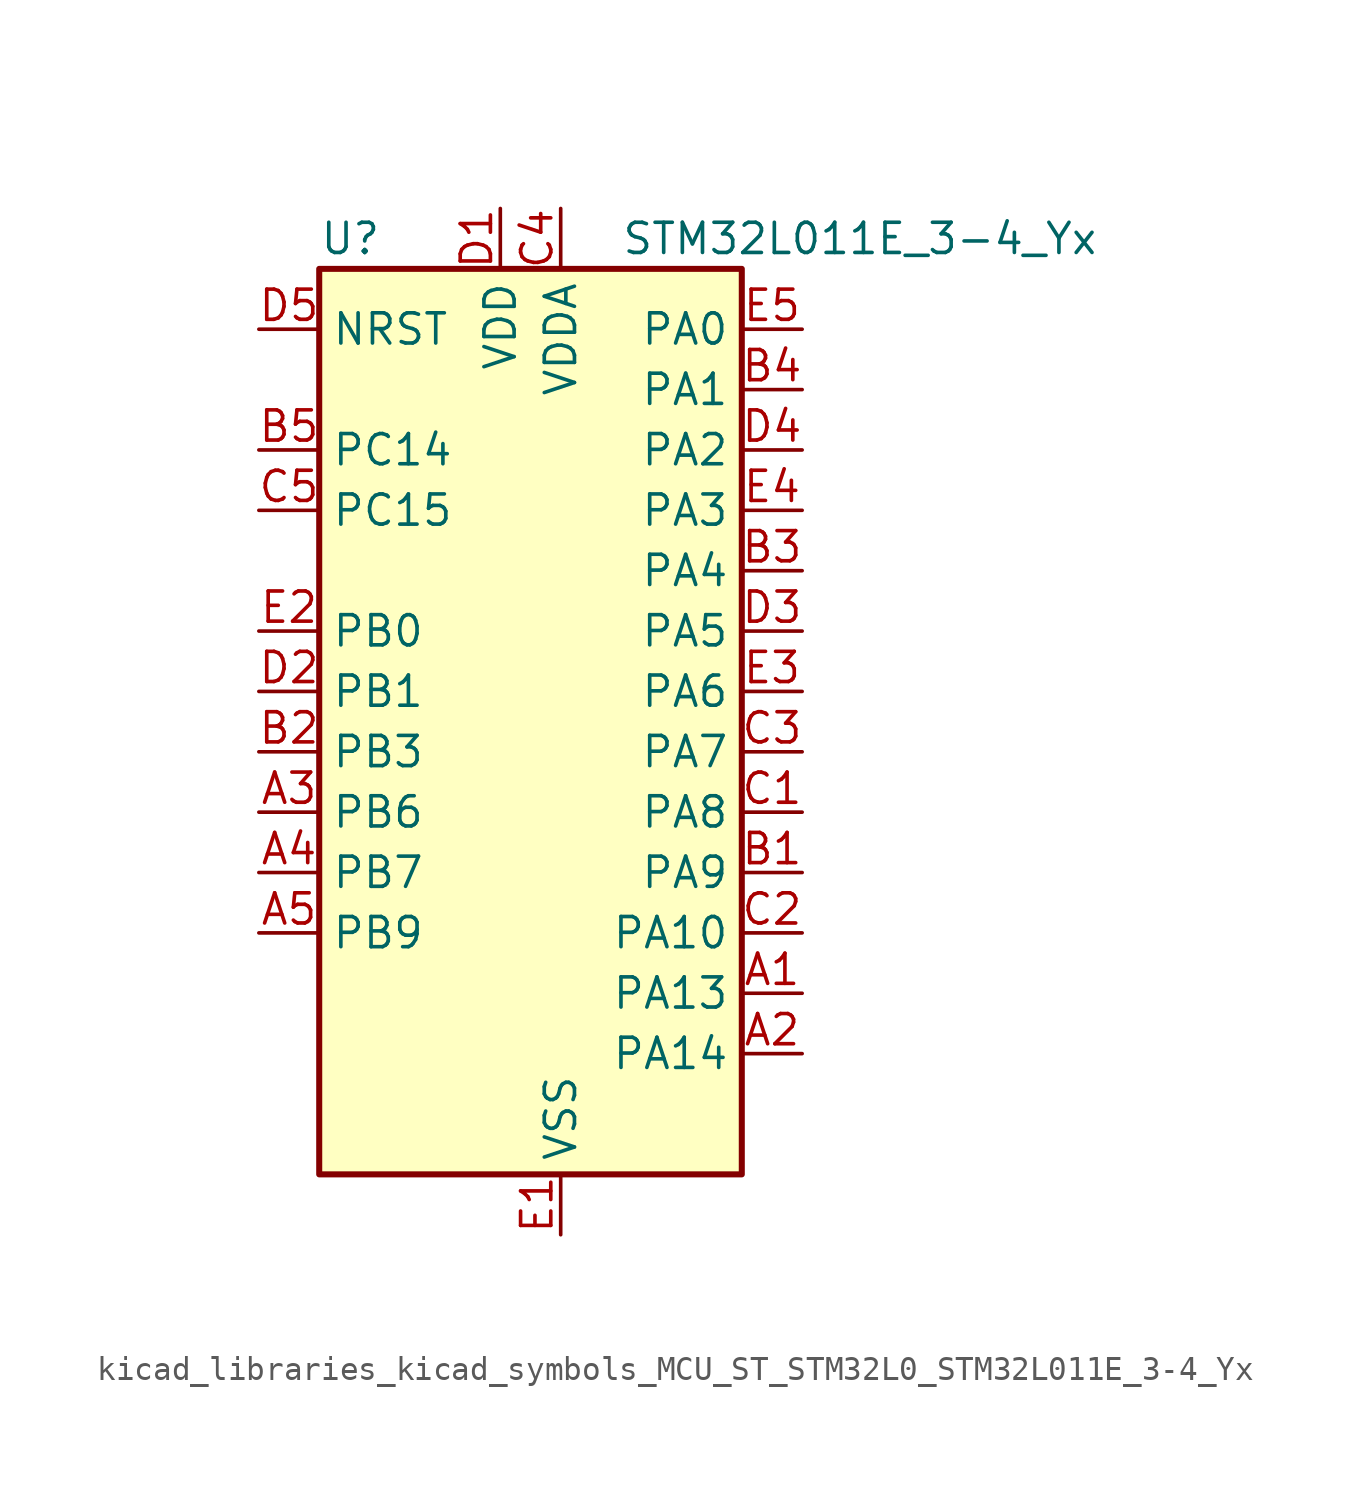
<source format=kicad_sym>
(kicad_symbol_lib
  (version 20220914)
  (generator kicad_symbol_editor)
  (symbol "kicad_libraries_kicad_symbols_MCU_ST_STM32L0_STM32L011E_3-4_Yx"
    (property "Reference" "U"
      (at -7.62 21.59 0)
      (effects (font (size 1.27 1.27)) (justify left)))
    (property "Value" "STM32L011E_3-4_Yx"
      (at 5.08 21.59 0)
      (effects (font (size 1.27 1.27)) (justify left)))
    (property "ki_locked" ""
      (at 0 0 0)
      (effects (font (size 1.27 1.27))))
    (symbol "kicad_libraries_kicad_symbols_MCU_ST_STM32L0_STM32L011E_3-4_Yx_0_1"
      (rectangle (start -7.62 -17.78) (end 10.16 20.32) (stroke (width 0.254) (type default)) (fill (type background))))
    (symbol "kicad_libraries_kicad_symbols_MCU_ST_STM32L0_STM32L011E_3-4_Yx_1_1"
      (pin bidirectional line (at 12.7 -10.16 180) (length 2.54) (name "PA13" (effects (font (size 1.27 1.27)))) (number "A1" (effects (font (size 1.27 1.27)))) (alternate "COMP1_OUT" bidirectional line) (alternate "I2C1_SDA" bidirectional line) (alternate "LPTIM1_ETR" bidirectional line) (alternate "LPUART1_RX" bidirectional line) (alternate "SPI1_SCK" bidirectional line) (alternate "SYS_SWDIO" bidirectional line))
      (pin bidirectional line (at 12.7 -12.7 180) (length 2.54) (name "PA14" (effects (font (size 1.27 1.27)))) (number "A2" (effects (font (size 1.27 1.27)))) (alternate "COMP2_OUT" bidirectional line) (alternate "I2C1_SMBA" bidirectional line) (alternate "LPTIM1_OUT" bidirectional line) (alternate "LPUART1_TX" bidirectional line) (alternate "SPI1_MISO" bidirectional line) (alternate "SYS_SWCLK" bidirectional line) (alternate "USART2_TX" bidirectional line))
      (pin bidirectional line (at -10.16 -2.54 0) (length 2.54) (name "PB6" (effects (font (size 1.27 1.27)))) (number "A3" (effects (font (size 1.27 1.27)))) (alternate "COMP2_INP" bidirectional line) (alternate "I2C1_SCL" bidirectional line) (alternate "LPTIM1_ETR" bidirectional line) (alternate "LPUART1_TX" bidirectional line) (alternate "TIM2_CH3" bidirectional line) (alternate "USART2_TX" bidirectional line))
      (pin bidirectional line (at -10.16 -5.08 0) (length 2.54) (name "PB7" (effects (font (size 1.27 1.27)))) (number "A4" (effects (font (size 1.27 1.27)))) (alternate "COMP2_INP" bidirectional line) (alternate "I2C1_SDA" bidirectional line) (alternate "LPTIM1_IN2" bidirectional line) (alternate "LPUART1_RX" bidirectional line) (alternate "SYS_PVD_IN" bidirectional line) (alternate "TIM2_CH4" bidirectional line) (alternate "USART2_RX" bidirectional line))
      (pin bidirectional line (at -10.16 -7.62 0) (length 2.54) (name "PB9" (effects (font (size 1.27 1.27)))) (number "A5" (effects (font (size 1.27 1.27)))))
      (pin bidirectional line (at 12.7 -5.08 180) (length 2.54) (name "PA9" (effects (font (size 1.27 1.27)))) (number "B1" (effects (font (size 1.27 1.27)))) (alternate "COMP1_OUT" bidirectional line) (alternate "I2C1_SCL" bidirectional line) (alternate "LPTIM1_OUT" bidirectional line) (alternate "RCC_MCO" bidirectional line) (alternate "TIM21_CH2" bidirectional line) (alternate "USART2_TX" bidirectional line))
      (pin bidirectional line (at -10.16 0 0) (length 2.54) (name "PB3" (effects (font (size 1.27 1.27)))) (number "B2" (effects (font (size 1.27 1.27)))) (alternate "COMP2_INM" bidirectional line) (alternate "SPI1_SCK" bidirectional line) (alternate "TIM2_CH2" bidirectional line))
      (pin bidirectional line (at 12.7 7.62 180) (length 2.54) (name "PA4" (effects (font (size 1.27 1.27)))) (number "B3" (effects (font (size 1.27 1.27)))) (alternate "ADC_IN4" bidirectional line) (alternate "COMP1_INM" bidirectional line) (alternate "COMP2_INM" bidirectional line) (alternate "COMP2_OUT" bidirectional line) (alternate "I2C1_SCL" bidirectional line) (alternate "LPTIM1_ETR" bidirectional line) (alternate "LPTIM1_IN1" bidirectional line) (alternate "LPUART1_TX" bidirectional line) (alternate "SPI1_NSS" bidirectional line) (alternate "TIM2_ETR" bidirectional line) (alternate "USART2_CK" bidirectional line))
      (pin bidirectional line (at 12.7 15.24 180) (length 2.54) (name "PA1" (effects (font (size 1.27 1.27)))) (number "B4" (effects (font (size 1.27 1.27)))) (alternate "ADC_IN1" bidirectional line) (alternate "COMP1_INP" bidirectional line) (alternate "I2C1_SMBA" bidirectional line) (alternate "LPTIM1_IN2" bidirectional line) (alternate "LPUART1_TX" bidirectional line) (alternate "TIM21_ETR" bidirectional line) (alternate "TIM2_CH2" bidirectional line) (alternate "USART2_DE" bidirectional line) (alternate "USART2_RTS" bidirectional line))
      (pin bidirectional line (at -10.16 12.7 0) (length 2.54) (name "PC14" (effects (font (size 1.27 1.27)))) (number "B5" (effects (font (size 1.27 1.27)))) (alternate "RCC_OSC32_IN" bidirectional line))
      (pin bidirectional line (at 12.7 -2.54 180) (length 2.54) (name "PA8" (effects (font (size 1.27 1.27)))) (number "C1" (effects (font (size 1.27 1.27)))) (alternate "LPTIM1_IN1" bidirectional line) (alternate "RCC_MCO" bidirectional line) (alternate "TIM2_CH1" bidirectional line) (alternate "USART2_CK" bidirectional line))
      (pin bidirectional line (at 12.7 -7.62 180) (length 2.54) (name "PA10" (effects (font (size 1.27 1.27)))) (number "C2" (effects (font (size 1.27 1.27)))) (alternate "COMP1_OUT" bidirectional line) (alternate "I2C1_SDA" bidirectional line) (alternate "RTC_REFIN" bidirectional line) (alternate "TIM21_CH1" bidirectional line) (alternate "TIM2_CH3" bidirectional line) (alternate "USART2_RX" bidirectional line))
      (pin bidirectional line (at 12.7 0 180) (length 2.54) (name "PA7" (effects (font (size 1.27 1.27)))) (number "C3" (effects (font (size 1.27 1.27)))) (alternate "ADC_IN7" bidirectional line) (alternate "COMP2_INP" bidirectional line) (alternate "COMP2_OUT" bidirectional line) (alternate "LPTIM1_OUT" bidirectional line) (alternate "SPI1_MOSI" bidirectional line) (alternate "TIM21_ETR" bidirectional line) (alternate "USART2_CTS" bidirectional line))
      (pin power_in line (at 2.54 22.86 270) (length 2.54) (name "VDDA" (effects (font (size 1.27 1.27)))) (number "C4" (effects (font (size 1.27 1.27)))))
      (pin bidirectional line (at -10.16 10.16 0) (length 2.54) (name "PC15" (effects (font (size 1.27 1.27)))) (number "C5" (effects (font (size 1.27 1.27)))) (alternate "RCC_OSC32_OUT" bidirectional line))
      (pin power_in line (at 0 22.86 270) (length 2.54) (name "VDD" (effects (font (size 1.27 1.27)))) (number "D1" (effects (font (size 1.27 1.27)))))
      (pin bidirectional line (at -10.16 2.54 0) (length 2.54) (name "PB1" (effects (font (size 1.27 1.27)))) (number "D2" (effects (font (size 1.27 1.27)))) (alternate "ADC_IN9" bidirectional line) (alternate "LPTIM1_IN1" bidirectional line) (alternate "LPUART1_DE" bidirectional line) (alternate "LPUART1_RTS" bidirectional line) (alternate "SPI1_MOSI" bidirectional line) (alternate "SYS_VREF_OUT_PB1" bidirectional line) (alternate "TIM2_CH4" bidirectional line) (alternate "USART2_CK" bidirectional line))
      (pin bidirectional line (at 12.7 5.08 180) (length 2.54) (name "PA5" (effects (font (size 1.27 1.27)))) (number "D3" (effects (font (size 1.27 1.27)))) (alternate "ADC_IN5" bidirectional line) (alternate "COMP1_INM" bidirectional line) (alternate "COMP2_INM" bidirectional line) (alternate "LPTIM1_IN2" bidirectional line) (alternate "SPI1_SCK" bidirectional line) (alternate "TIM2_CH1" bidirectional line) (alternate "TIM2_ETR" bidirectional line))
      (pin bidirectional line (at 12.7 12.7 180) (length 2.54) (name "PA2" (effects (font (size 1.27 1.27)))) (number "D4" (effects (font (size 1.27 1.27)))) (alternate "ADC_IN2" bidirectional line) (alternate "COMP2_INM" bidirectional line) (alternate "COMP2_OUT" bidirectional line) (alternate "LPUART1_TX" bidirectional line) (alternate "RTC_OUT_ALARM" bidirectional line) (alternate "RTC_OUT_CALIB" bidirectional line) (alternate "RTC_TAMP3" bidirectional line) (alternate "RTC_TS" bidirectional line) (alternate "SYS_WKUP3" bidirectional line) (alternate "TIM21_CH1" bidirectional line) (alternate "TIM2_CH3" bidirectional line) (alternate "USART2_TX" bidirectional line))
      (pin input line (at -10.16 17.78 0) (length 2.54) (name "NRST" (effects (font (size 1.27 1.27)))) (number "D5" (effects (font (size 1.27 1.27)))))
      (pin power_in line (at 2.54 -20.32 90) (length 2.54) (name "VSS" (effects (font (size 1.27 1.27)))) (number "E1" (effects (font (size 1.27 1.27)))))
      (pin bidirectional line (at -10.16 5.08 0) (length 2.54) (name "PB0" (effects (font (size 1.27 1.27)))) (number "E2" (effects (font (size 1.27 1.27)))) (alternate "ADC_IN8" bidirectional line) (alternate "SPI1_MISO" bidirectional line) (alternate "SYS_VREF_OUT_PB0" bidirectional line) (alternate "TIM2_CH2" bidirectional line) (alternate "TIM2_CH3" bidirectional line) (alternate "USART2_DE" bidirectional line) (alternate "USART2_RTS" bidirectional line))
      (pin bidirectional line (at 12.7 2.54 180) (length 2.54) (name "PA6" (effects (font (size 1.27 1.27)))) (number "E3" (effects (font (size 1.27 1.27)))) (alternate "ADC_IN6" bidirectional line) (alternate "COMP1_OUT" bidirectional line) (alternate "LPTIM1_ETR" bidirectional line) (alternate "LPUART1_CTS" bidirectional line) (alternate "SPI1_MISO" bidirectional line))
      (pin bidirectional line (at 12.7 10.16 180) (length 2.54) (name "PA3" (effects (font (size 1.27 1.27)))) (number "E4" (effects (font (size 1.27 1.27)))) (alternate "ADC_IN3" bidirectional line) (alternate "COMP2_INP" bidirectional line) (alternate "LPUART1_RX" bidirectional line) (alternate "TIM21_CH2" bidirectional line) (alternate "TIM2_CH4" bidirectional line) (alternate "USART2_RX" bidirectional line))
      (pin bidirectional line (at 12.7 17.78 180) (length 2.54) (name "PA0" (effects (font (size 1.27 1.27)))) (number "E5" (effects (font (size 1.27 1.27)))) (alternate "ADC_IN0" bidirectional line) (alternate "COMP1_INM" bidirectional line) (alternate "COMP1_OUT" bidirectional line) (alternate "LPTIM1_IN1" bidirectional line) (alternate "LPUART1_RX" bidirectional line) (alternate "RCC_CK_IN" bidirectional line) (alternate "RTC_TAMP2" bidirectional line) (alternate "SYS_WKUP1" bidirectional line) (alternate "TIM2_CH1" bidirectional line) (alternate "TIM2_ETR" bidirectional line) (alternate "USART2_CTS" bidirectional line) (alternate "USART2_RX" bidirectional line)))))
</source>
